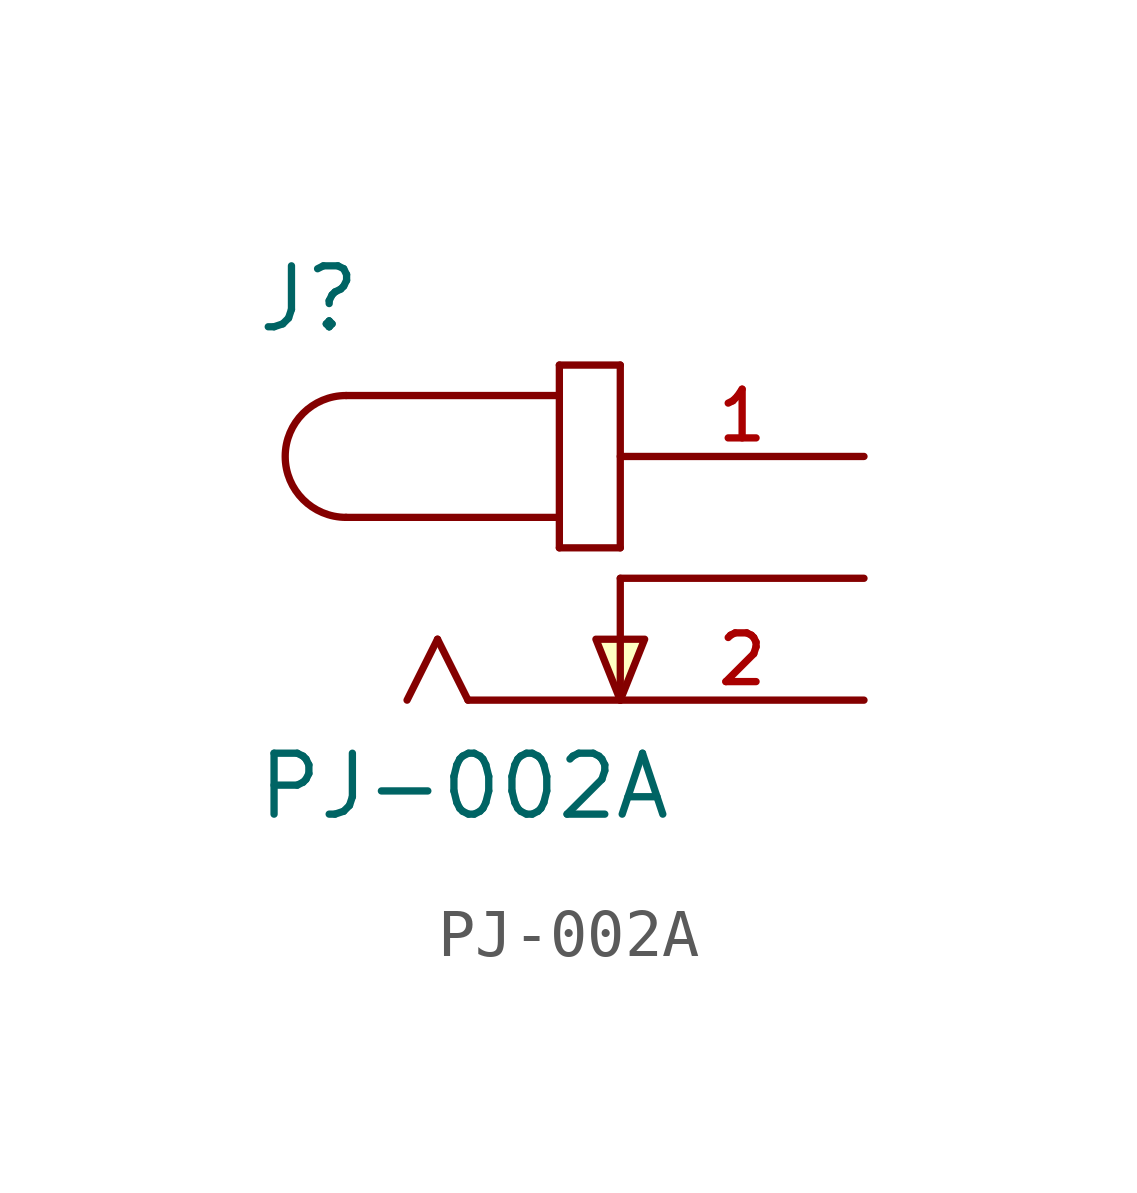
<source format=kicad_sym>
(kicad_symbol_lib
  (version 20211014)
  (generator kicad_symbol_editor)
  (symbol "PJ-002A"
    (pin_names
      (offset 1.016) hide)
    (property "Reference" "J"
      (at -7.62 5.08 0)
      (effects (font (size 1.27 1.27)) (justify left bottom)))
    (property "Value" "PJ-002A"
      (at -7.62 -5.08 0)
      (effects (font (size 1.27 1.27)) (justify left bottom)))
    (property "ki_locked" ""
      (at 0 0 0)
      (effects (font (size 1.27 1.27))))
    (symbol "PJ-002A_0_0"
      (arc (start -5.715 3.81) (mid -6.985 2.54) (end -5.715 1.27) (stroke (width 0.1524) (type default) (color 0 0 0 0)) (fill (type none)))
      (polyline (pts (xy -5.715 3.81) (xy -1.27 3.81)) (stroke (width 0.152) (type default) (color 0 0 0 0)) (fill (type none)))
      (polyline (pts (xy -3.81 -1.27) (xy -4.445 -2.54)) (stroke (width 0.152) (type default) (color 0 0 0 0)) (fill (type none)))
      (polyline (pts (xy -3.175 -2.54) (xy -3.81 -1.27)) (stroke (width 0.152) (type default) (color 0 0 0 0)) (fill (type none)))
      (polyline (pts (xy -1.27 0.635) (xy 0 0.635)) (stroke (width 0.152) (type default) (color 0 0 0 0)) (fill (type none)))
      (polyline (pts (xy -1.27 1.27) (xy -5.715 1.27)) (stroke (width 0.152) (type default) (color 0 0 0 0)) (fill (type none)))
      (polyline (pts (xy -1.27 1.27) (xy -1.27 0.635)) (stroke (width 0.152) (type default) (color 0 0 0 0)) (fill (type none)))
      (polyline (pts (xy -1.27 3.81) (xy -1.27 1.27)) (stroke (width 0.152) (type default) (color 0 0 0 0)) (fill (type none)))
      (polyline (pts (xy -1.27 4.445) (xy -1.27 3.81)) (stroke (width 0.152) (type default) (color 0 0 0 0)) (fill (type none)))
      (polyline (pts (xy 0 -2.54) (xy -3.175 -2.54)) (stroke (width 0.152) (type default) (color 0 0 0 0)) (fill (type none)))
      (polyline (pts (xy 0 0) (xy 0 -2.54)) (stroke (width 0.152) (type default) (color 0 0 0 0)) (fill (type none)))
      (polyline (pts (xy 0 0.635) (xy 0 4.445)) (stroke (width 0.152) (type default) (color 0 0 0 0)) (fill (type none)))
      (polyline (pts (xy 0 4.445) (xy -1.27 4.445)) (stroke (width 0.152) (type default) (color 0 0 0 0)) (fill (type none)))
      (polyline (pts (xy 0 -2.54) (xy -0.508 -1.27) (xy 0.508 -1.27) (xy 0 -2.54)) (stroke (width 0.152) (type default) (color 0 0 0 0)) (fill (type background)))
      (pin passive line (at 5.08 2.54 180) (length 5.08) (name "~" (effects (font (size 1.016 1.016)))) (number "1" (effects (font (size 1.016 1.016)))))
      (pin passive line (at 5.08 -2.54 180) (length 5.08) (name "~" (effects (font (size 1.016 1.016)))) (number "2" (effects (font (size 1.016 1.016)))))
      (pin passive line (at 5.08 0 180) (length 5.08) (name "~" (effects (font (size 1.016 1.016)))) (number "~" (effects (font (size 1.016 1.016))))))))
</source>
